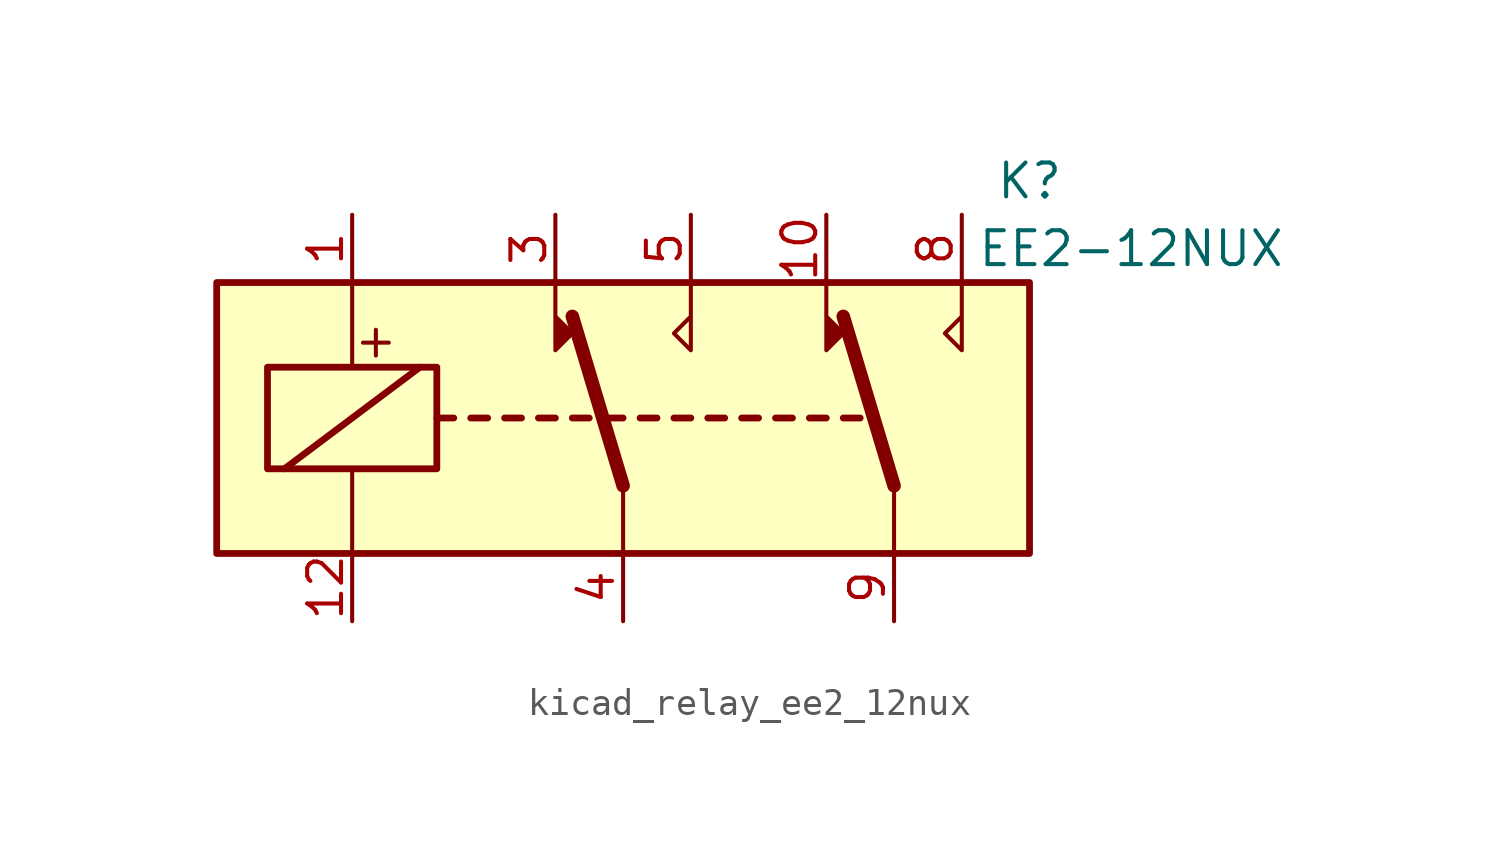
<source format=kicad_sym>
(kicad_symbol_lib
  (version 20220914)
  (generator kicad_symbol_editor)
  (symbol "kicad_relay_ee2_12nux"
    (property "Reference" "K"
      (at 15.24 8.89 0)
      (effects (font (size 1.27 1.27))))
    (property "Value" "EE2-12NUX"
      (at 19.05 6.35 0)
      (effects (font (size 1.27 1.27))))
    (symbol "kicad_relay_ee2_12nux_1_1"
      (rectangle (start -15.24 5.08) (end 15.24 -5.08) (stroke (width 0.254) (type default)) (fill (type background)))
      (rectangle (start -13.335 1.905) (end -6.985 -1.905) (stroke (width 0.254) (type default)) (fill (type none)))
      (polyline (pts (xy -12.7 -1.905) (xy -7.62 1.905)) (stroke (width 0.254) (type default)) (fill (type none)))
      (polyline (pts (xy -10.16 -5.08) (xy -10.16 -1.905)) (stroke (width 0) (type default)) (fill (type none)))
      (polyline (pts (xy -10.16 5.08) (xy -10.16 1.905)) (stroke (width 0) (type default)) (fill (type none)))
      (polyline (pts (xy -6.985 0) (xy -6.35 0)) (stroke (width 0.254) (type default)) (fill (type none)))
      (polyline (pts (xy -5.715 0) (xy -5.08 0)) (stroke (width 0.254) (type default)) (fill (type none)))
      (polyline (pts (xy -4.445 0) (xy -3.81 0)) (stroke (width 0.254) (type default)) (fill (type none)))
      (polyline (pts (xy -3.175 0) (xy -2.54 0)) (stroke (width 0.254) (type default)) (fill (type none)))
      (polyline (pts (xy -1.905 0) (xy -1.27 0)) (stroke (width 0.254) (type default)) (fill (type none)))
      (polyline (pts (xy -0.635 0) (xy 0 0)) (stroke (width 0.254) (type default)) (fill (type none)))
      (polyline (pts (xy 0 -2.54) (xy -1.905 3.81)) (stroke (width 0.508) (type default)) (fill (type none)))
      (polyline (pts (xy 0 -2.54) (xy 0 -5.08)) (stroke (width 0) (type default)) (fill (type none)))
      (polyline (pts (xy 0.635 0) (xy 1.27 0)) (stroke (width 0.254) (type default)) (fill (type none)))
      (polyline (pts (xy 1.905 0) (xy 2.54 0)) (stroke (width 0.254) (type default)) (fill (type none)))
      (polyline (pts (xy 3.175 0) (xy 3.81 0)) (stroke (width 0.254) (type default)) (fill (type none)))
      (polyline (pts (xy 4.445 0) (xy 5.08 0)) (stroke (width 0.254) (type default)) (fill (type none)))
      (polyline (pts (xy 5.715 0) (xy 6.35 0)) (stroke (width 0.254) (type default)) (fill (type none)))
      (polyline (pts (xy 6.985 0) (xy 7.62 0)) (stroke (width 0.254) (type default)) (fill (type none)))
      (polyline (pts (xy 8.255 0) (xy 8.89 0)) (stroke (width 0.254) (type default)) (fill (type none)))
      (polyline (pts (xy 10.16 -2.54) (xy 8.255 3.81)) (stroke (width 0.508) (type default)) (fill (type none)))
      (polyline (pts (xy 10.16 -2.54) (xy 10.16 -5.08)) (stroke (width 0) (type default)) (fill (type none)))
      (polyline (pts (xy -2.54 5.08) (xy -2.54 2.54) (xy -1.905 3.175) (xy -2.54 3.81)) (stroke (width 0) (type default)) (fill (type outline)))
      (polyline (pts (xy 2.54 5.08) (xy 2.54 2.54) (xy 1.905 3.175) (xy 2.54 3.81)) (stroke (width 0) (type default)) (fill (type none)))
      (polyline (pts (xy 7.62 5.08) (xy 7.62 2.54) (xy 8.255 3.175) (xy 7.62 3.81)) (stroke (width 0) (type default)) (fill (type outline)))
      (polyline (pts (xy 12.7 5.08) (xy 12.7 2.54) (xy 12.065 3.175) (xy 12.7 3.81)) (stroke (width 0) (type default)) (fill (type none)))
      (text "+" (at -9.271 2.921 0) (effects (font (size 1.27 1.27))))
      (pin passive line (at -10.16 7.62 270) (length 2.54) (name "~" (effects (font (size 1.27 1.27)))) (number "1" (effects (font (size 1.27 1.27)))))
      (pin passive line (at 7.62 7.62 270) (length 2.54) (name "~" (effects (font (size 1.27 1.27)))) (number "10" (effects (font (size 1.27 1.27)))))
      (pin passive line (at -10.16 -7.62 90) (length 2.54) (name "~" (effects (font (size 1.27 1.27)))) (number "12" (effects (font (size 1.27 1.27)))))
      (pin passive line (at -2.54 7.62 270) (length 2.54) (name "~" (effects (font (size 1.27 1.27)))) (number "3" (effects (font (size 1.27 1.27)))))
      (pin passive line (at 0 -7.62 90) (length 2.54) (name "~" (effects (font (size 1.27 1.27)))) (number "4" (effects (font (size 1.27 1.27)))))
      (pin passive line (at 2.54 7.62 270) (length 2.54) (name "~" (effects (font (size 1.27 1.27)))) (number "5" (effects (font (size 1.27 1.27)))))
      (pin passive line (at 12.7 7.62 270) (length 2.54) (name "~" (effects (font (size 1.27 1.27)))) (number "8" (effects (font (size 1.27 1.27)))))
      (pin passive line (at 10.16 -7.62 90) (length 2.54) (name "~" (effects (font (size 1.27 1.27)))) (number "9" (effects (font (size 1.27 1.27))))))))
</source>
